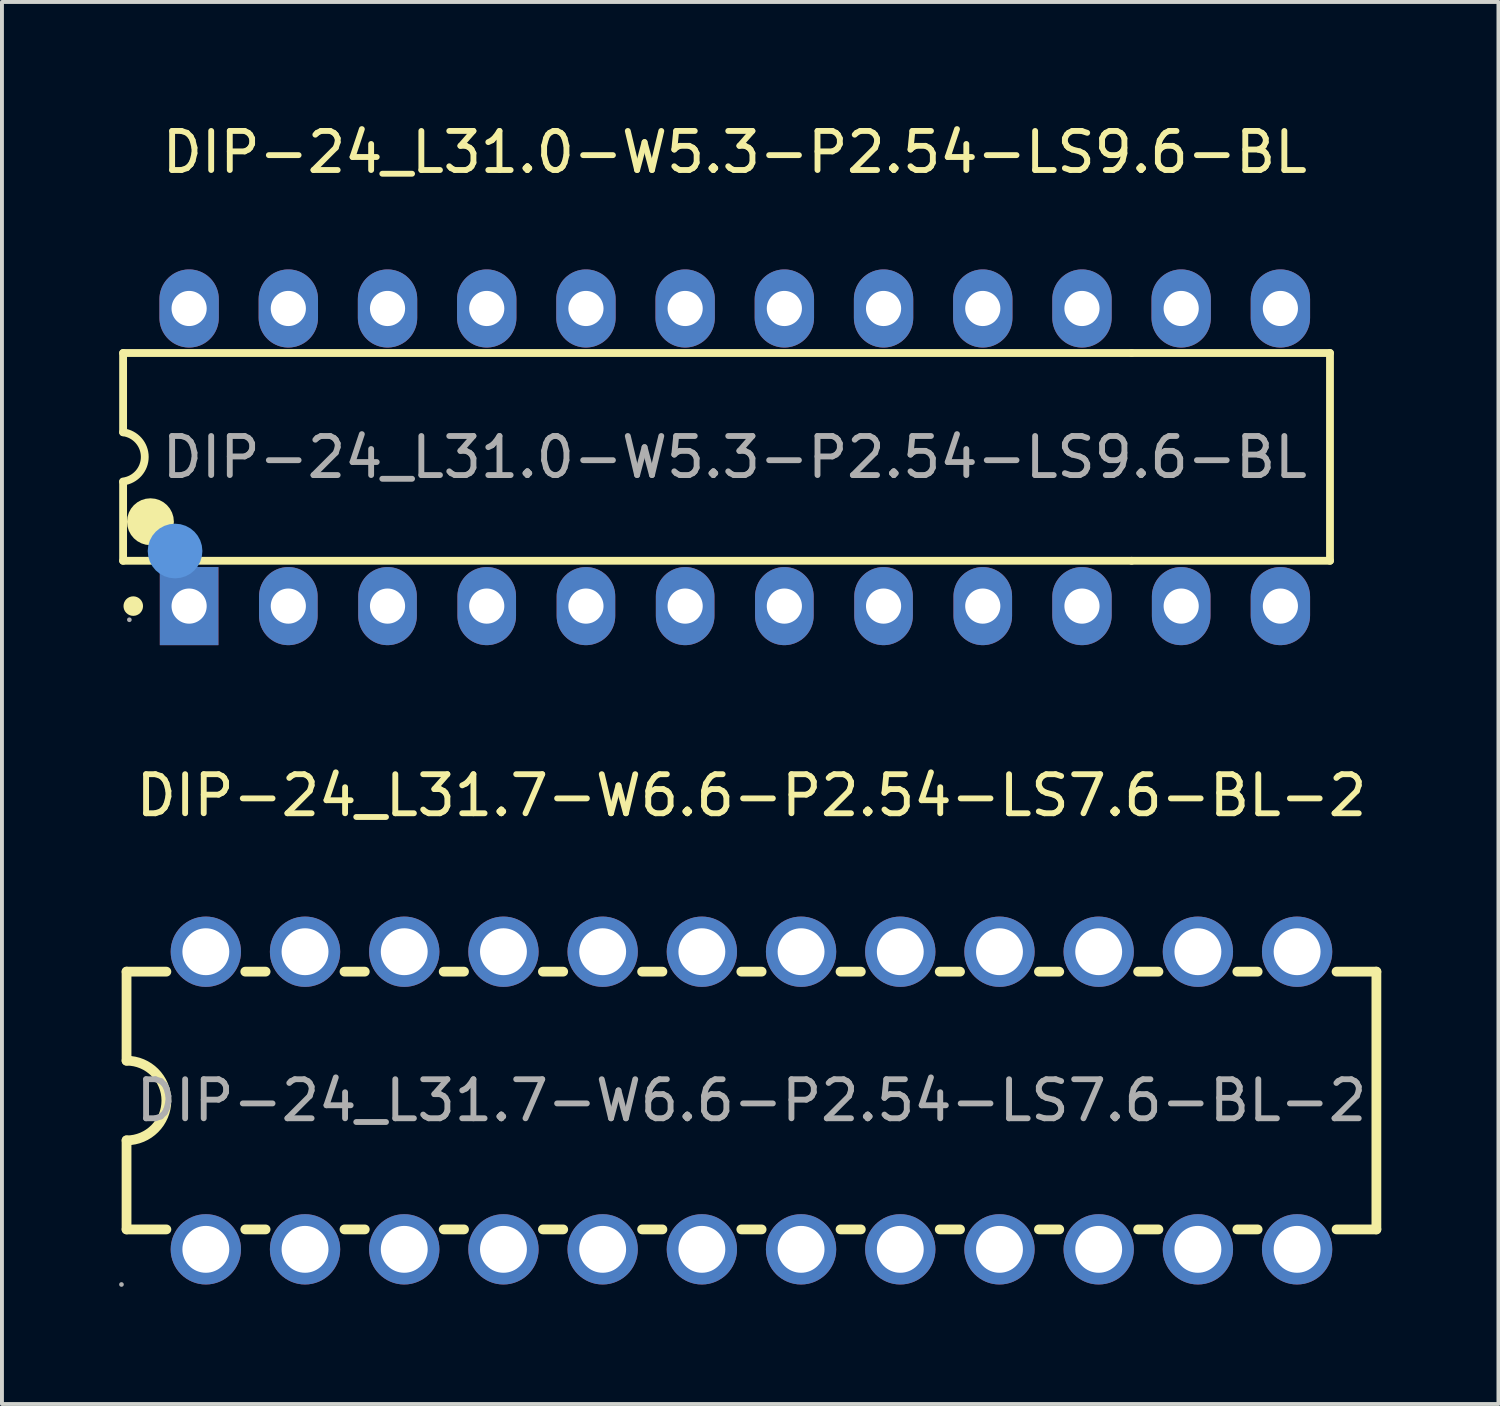
<source format=kicad_pcb>
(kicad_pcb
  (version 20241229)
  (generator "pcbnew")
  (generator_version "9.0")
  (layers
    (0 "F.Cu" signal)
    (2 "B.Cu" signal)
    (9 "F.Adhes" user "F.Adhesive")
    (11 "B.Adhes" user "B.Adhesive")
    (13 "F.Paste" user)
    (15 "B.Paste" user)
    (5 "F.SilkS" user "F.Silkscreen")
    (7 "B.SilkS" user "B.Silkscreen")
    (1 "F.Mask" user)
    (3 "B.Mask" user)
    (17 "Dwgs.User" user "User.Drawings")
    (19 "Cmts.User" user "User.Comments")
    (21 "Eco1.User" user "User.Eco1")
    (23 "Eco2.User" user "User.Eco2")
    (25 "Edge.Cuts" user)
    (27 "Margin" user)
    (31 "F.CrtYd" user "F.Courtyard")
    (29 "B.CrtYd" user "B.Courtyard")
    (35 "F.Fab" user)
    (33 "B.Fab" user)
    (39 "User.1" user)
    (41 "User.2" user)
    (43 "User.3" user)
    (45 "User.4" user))
  (footprint "DIP-24_L31.7-W6.6-P2.54-LS7.6-BL-2"
    (layer "F.Cu")
    (at 16.19 25.127)
    (property "Reference" "DIP-24_L31.7-W6.6-P2.54-LS7.6-BL-2" (at 0 -7.81 0) (layer "F.SilkS") (effects (font (size 1 1) (thickness 0.15))))
    (attr through_hole)
    (fp_line (start -16 -3.3) (end -16 -1.02) (stroke (width 0.25) (type solid)) (layer "F.SilkS"))
    (fp_line (start -16 -3.3) (end -14.98 -3.3) (stroke (width 0.25) (type solid)) (layer "F.SilkS"))
    (fp_line (start -16 3.3) (end -16 1.02) (stroke (width 0.25) (type solid)) (layer "F.SilkS"))
    (fp_line (start -14.98 3.3) (end -16 3.3) (stroke (width 0.25) (type solid)) (layer "F.SilkS"))
    (fp_line (start -12.96 -3.3) (end -12.44 -3.3) (stroke (width 0.25) (type solid)) (layer "F.SilkS"))
    (fp_line (start -12.44 3.3) (end -12.96 3.3) (stroke (width 0.25) (type solid)) (layer "F.SilkS"))
    (fp_line (start -10.42 -3.3) (end -9.9 -3.3) (stroke (width 0.25) (type solid)) (layer "F.SilkS"))
    (fp_line (start -9.9 3.3) (end -10.42 3.3) (stroke (width 0.25) (type solid)) (layer "F.SilkS"))
    (fp_line (start -7.88 -3.3) (end -7.36 -3.3) (stroke (width 0.25) (type solid)) (layer "F.SilkS"))
    (fp_line (start -7.36 3.3) (end -7.88 3.3) (stroke (width 0.25) (type solid)) (layer "F.SilkS"))
    (fp_line (start -5.34 -3.3) (end -4.82 -3.3) (stroke (width 0.25) (type solid)) (layer "F.SilkS"))
    (fp_line (start -4.82 3.3) (end -5.34 3.3) (stroke (width 0.25) (type solid)) (layer "F.SilkS"))
    (fp_line (start -2.8 -3.3) (end -2.28 -3.3) (stroke (width 0.25) (type solid)) (layer "F.SilkS"))
    (fp_line (start -2.28 3.3) (end -2.8 3.3) (stroke (width 0.25) (type solid)) (layer "F.SilkS"))
    (fp_line (start -0.26 -3.3) (end 0.26 -3.3) (stroke (width 0.25) (type solid)) (layer "F.SilkS"))
    (fp_line (start 0.26 3.3) (end -0.26 3.3) (stroke (width 0.25) (type solid)) (layer "F.SilkS"))
    (fp_line (start 2.28 -3.3) (end 2.8 -3.3) (stroke (width 0.25) (type solid)) (layer "F.SilkS"))
    (fp_line (start 2.8 3.3) (end 2.28 3.3) (stroke (width 0.25) (type solid)) (layer "F.SilkS"))
    (fp_line (start 4.82 -3.3) (end 5.34 -3.3) (stroke (width 0.25) (type solid)) (layer "F.SilkS"))
    (fp_line (start 5.34 3.3) (end 4.82 3.3) (stroke (width 0.25) (type solid)) (layer "F.SilkS"))
    (fp_line (start 7.36 -3.3) (end 7.88 -3.3) (stroke (width 0.25) (type solid)) (layer "F.SilkS"))
    (fp_line (start 7.88 3.3) (end 7.36 3.3) (stroke (width 0.25) (type solid)) (layer "F.SilkS"))
    (fp_line (start 9.9 -3.3) (end 10.42 -3.3) (stroke (width 0.25) (type solid)) (layer "F.SilkS"))
    (fp_line (start 10.42 3.3) (end 9.9 3.3) (stroke (width 0.25) (type solid)) (layer "F.SilkS"))
    (fp_line (start 12.44 -3.3) (end 12.96 -3.3) (stroke (width 0.25) (type solid)) (layer "F.SilkS"))
    (fp_line (start 12.96 3.3) (end 12.44 3.3) (stroke (width 0.25) (type solid)) (layer "F.SilkS"))
    (fp_line (start 14.98 -3.3) (end 16 -3.3) (stroke (width 0.25) (type solid)) (layer "F.SilkS"))
    (fp_line (start 16 -3.3) (end 16 3.3) (stroke (width 0.25) (type solid)) (layer "F.SilkS"))
    (fp_line (start 16 3.3) (end 14.98 3.3) (stroke (width 0.25) (type solid)) (layer "F.SilkS"))
    (fp_arc (start -16 -1.02) (mid -14.98 0) (end -16 1.02) (stroke (width 0.25) (type solid)) (layer "F.SilkS"))
    (fp_circle (center -16.13 4.71) (end -16.1 4.71) (stroke (width 0.06) (type solid)) (fill no) (layer "F.Fab"))
    (fp_circle (center -13.97 -3.81) (end -13.72 -3.81) (stroke (width 0.5) (type solid)) (fill no) (layer "F.Fab"))
    (fp_circle (center -13.97 3.81) (end -13.72 3.81) (stroke (width 0.5) (type solid)) (fill no) (layer "F.Fab"))
    (fp_circle (center -11.43 -3.81) (end -11.18 -3.81) (stroke (width 0.5) (type solid)) (fill no) (layer "F.Fab"))
    (fp_circle (center -11.43 3.81) (end -11.18 3.81) (stroke (width 0.5) (type solid)) (fill no) (layer "F.Fab"))
    (fp_circle (center -8.89 -3.81) (end -8.64 -3.81) (stroke (width 0.5) (type solid)) (fill no) (layer "F.Fab"))
    (fp_circle (center -8.89 3.81) (end -8.64 3.81) (stroke (width 0.5) (type solid)) (fill no) (layer "F.Fab"))
    (fp_circle (center -6.35 -3.81) (end -6.1 -3.81) (stroke (width 0.5) (type solid)) (fill no) (layer "F.Fab"))
    (fp_circle (center -6.35 3.81) (end -6.1 3.81) (stroke (width 0.5) (type solid)) (fill no) (layer "F.Fab"))
    (fp_circle (center -3.81 -3.81) (end -3.56 -3.81) (stroke (width 0.5) (type solid)) (fill no) (layer "F.Fab"))
    (fp_circle (center -3.81 3.81) (end -3.56 3.81) (stroke (width 0.5) (type solid)) (fill no) (layer "F.Fab"))
    (fp_circle (center -1.27 -3.81) (end -1.02 -3.81) (stroke (width 0.5) (type solid)) (fill no) (layer "F.Fab"))
    (fp_circle (center -1.27 3.81) (end -1.02 3.81) (stroke (width 0.5) (type solid)) (fill no) (layer "F.Fab"))
    (fp_circle (center 1.27 -3.81) (end 1.52 -3.81) (stroke (width 0.5) (type solid)) (fill no) (layer "F.Fab"))
    (fp_circle (center 1.27 3.81) (end 1.52 3.81) (stroke (width 0.5) (type solid)) (fill no) (layer "F.Fab"))
    (fp_circle (center 3.81 -3.81) (end 4.06 -3.81) (stroke (width 0.5) (type solid)) (fill no) (layer "F.Fab"))
    (fp_circle (center 3.81 3.81) (end 4.06 3.81) (stroke (width 0.5) (type solid)) (fill no) (layer "F.Fab"))
    (fp_circle (center 6.35 -3.81) (end 6.6 -3.81) (stroke (width 0.5) (type solid)) (fill no) (layer "F.Fab"))
    (fp_circle (center 6.35 3.81) (end 6.6 3.81) (stroke (width 0.5) (type solid)) (fill no) (layer "F.Fab"))
    (fp_circle (center 8.89 -3.81) (end 9.14 -3.81) (stroke (width 0.5) (type solid)) (fill no) (layer "F.Fab"))
    (fp_circle (center 8.89 3.81) (end 9.14 3.81) (stroke (width 0.5) (type solid)) (fill no) (layer "F.Fab"))
    (fp_circle (center 11.43 -3.81) (end 11.68 -3.81) (stroke (width 0.5) (type solid)) (fill no) (layer "F.Fab"))
    (fp_circle (center 11.43 3.81) (end 11.68 3.81) (stroke (width 0.5) (type solid)) (fill no) (layer "F.Fab"))
    (fp_circle (center 13.97 -3.81) (end 14.22 -3.81) (stroke (width 0.5) (type solid)) (fill no) (layer "F.Fab"))
    (fp_circle (center 13.97 3.81) (end 14.22 3.81) (stroke (width 0.5) (type solid)) (fill no) (layer "F.Fab"))
    (fp_text user "${REFERENCE}" (at 0 0 0) (layer "F.Fab") (effects (font (size 1 1) (thickness 0.15))))
    (pad "1" thru_hole circle (at -13.97 3.81 90) (size 1.8 1.8) (drill 1.2) (layers "*.Cu" "*.Paste" "*.Mask"))
    (pad "2" thru_hole circle (at -11.43 3.81 90) (size 1.8 1.8) (drill 1.2) (layers "*.Cu" "*.Paste" "*.Mask"))
    (pad "3" thru_hole circle (at -8.89 3.81 90) (size 1.8 1.8) (drill 1.2) (layers "*.Cu" "*.Paste" "*.Mask"))
    (pad "4" thru_hole circle (at -6.35 3.81 90) (size 1.8 1.8) (drill 1.2) (layers "*.Cu" "*.Paste" "*.Mask"))
    (pad "5" thru_hole circle (at -3.81 3.81 90) (size 1.8 1.8) (drill 1.2) (layers "*.Cu" "*.Paste" "*.Mask"))
    (pad "6" thru_hole circle (at -1.27 3.81 90) (size 1.8 1.8) (drill 1.2) (layers "*.Cu" "*.Paste" "*.Mask"))
    (pad "7" thru_hole circle (at 1.27 3.81 90) (size 1.8 1.8) (drill 1.2) (layers "*.Cu" "*.Paste" "*.Mask"))
    (pad "8" thru_hole circle (at 3.81 3.81 90) (size 1.8 1.8) (drill 1.2) (layers "*.Cu" "*.Paste" "*.Mask"))
    (pad "9" thru_hole circle (at 6.35 3.81 90) (size 1.8 1.8) (drill 1.2) (layers "*.Cu" "*.Paste" "*.Mask"))
    (pad "10" thru_hole circle (at 8.89 3.81 90) (size 1.8 1.8) (drill 1.2) (layers "*.Cu" "*.Paste" "*.Mask"))
    (pad "11" thru_hole circle (at 11.43 3.81 90) (size 1.8 1.8) (drill 1.2) (layers "*.Cu" "*.Paste" "*.Mask"))
    (pad "12" thru_hole circle (at 13.97 3.81 90) (size 1.8 1.8) (drill 1.2) (layers "*.Cu" "*.Paste" "*.Mask"))
    (pad "13" thru_hole circle (at 13.97 -3.81 90) (size 1.8 1.8) (drill 1.2) (layers "*.Cu" "*.Paste" "*.Mask"))
    (pad "14" thru_hole circle (at 11.43 -3.81 90) (size 1.8 1.8) (drill 1.2) (layers "*.Cu" "*.Paste" "*.Mask"))
    (pad "15" thru_hole circle (at 8.89 -3.81 90) (size 1.8 1.8) (drill 1.2) (layers "*.Cu" "*.Paste" "*.Mask"))
    (pad "16" thru_hole circle (at 6.35 -3.81 90) (size 1.8 1.8) (drill 1.2) (layers "*.Cu" "*.Paste" "*.Mask"))
    (pad "17" thru_hole circle (at 3.81 -3.81 90) (size 1.8 1.8) (drill 1.2) (layers "*.Cu" "*.Paste" "*.Mask"))
    (pad "18" thru_hole circle (at 1.27 -3.81 90) (size 1.8 1.8) (drill 1.2) (layers "*.Cu" "*.Paste" "*.Mask"))
    (pad "19" thru_hole circle (at -1.27 -3.81 90) (size 1.8 1.8) (drill 1.2) (layers "*.Cu" "*.Paste" "*.Mask"))
    (pad "20" thru_hole circle (at -3.81 -3.81 90) (size 1.8 1.8) (drill 1.2) (layers "*.Cu" "*.Paste" "*.Mask"))
    (pad "21" thru_hole circle (at -6.35 -3.81 90) (size 1.8 1.8) (drill 1.2) (layers "*.Cu" "*.Paste" "*.Mask"))
    (pad "22" thru_hole circle (at -8.89 -3.81 90) (size 1.8 1.8) (drill 1.2) (layers "*.Cu" "*.Paste" "*.Mask"))
    (pad "23" thru_hole circle (at -11.43 -3.81 90) (size 1.8 1.8) (drill 1.2) (layers "*.Cu" "*.Paste" "*.Mask"))
    (pad "24" thru_hole circle (at -13.97 -3.81 90) (size 1.8 1.8) (drill 1.2) (layers "*.Cu" "*.Paste" "*.Mask")))
  (footprint "DIP-24_L31.0-W5.3-P2.54-LS9.6-BL"
    (layer "F.Cu")
    (at 15.762 8.658)
    (property "Reference" "DIP-24_L31.0-W5.3-P2.54-LS9.6-BL" (at 0 -7.81 0) (layer "F.SilkS") (effects (font (size 1 1) (thickness 0.15))))
    (attr through_hole)
    (fp_line (start -15.66 -2.67) (end 10.16 -2.67) (stroke (width 0.2) (type solid)) (layer "F.SilkS"))
    (fp_line (start -15.66 -0.64) (end -15.66 -2.67) (stroke (width 0.2) (type solid)) (layer "F.SilkS"))
    (fp_line (start -15.66 2.65) (end -15.66 0.63) (stroke (width 0.2) (type solid)) (layer "F.SilkS"))
    (fp_line (start 10.16 -2.67) (end 15.24 -2.67) (stroke (width 0.2) (type solid)) (layer "F.SilkS"))
    (fp_line (start 10.16 2.65) (end -15.66 2.65) (stroke (width 0.2) (type solid)) (layer "F.SilkS"))
    (fp_line (start 15.24 -2.67) (end 15.24 2.65) (stroke (width 0.2) (type solid)) (layer "F.SilkS"))
    (fp_line (start 15.24 2.65) (end 10.16 2.65) (stroke (width 0.2) (type solid)) (layer "F.SilkS"))
    (fp_arc (start -15.66 -0.64) (mid -15.104941 -0.009203) (end -15.661582 0.620199) (stroke (width 0.2) (type solid)) (layer "F.SilkS"))
    (fp_arc (start -15.4 3.81) (mid -15.4 3.81) (end -15.4 3.81) (stroke (width 0.25) (type solid)) (layer "F.SilkS"))
    (fp_arc (start -14.96 1.65) (mid -14.96 1.65) (end -14.96 1.65) (stroke (width 0.6) (type solid)) (layer "F.SilkS"))
    (fp_circle (center -14.33 2.4) (end -13.98 2.4) (stroke (width 0.7) (type solid)) (fill no) (layer "Cmts.User"))
    (fp_circle (center -15.5 4.16) (end -15.47 4.16) (stroke (width 0.06) (type solid)) (fill no) (layer "F.Fab"))
    (fp_circle (center -13.97 -3.81) (end -13.79 -3.81) (stroke (width 0.35) (type solid)) (fill no) (layer "F.Fab"))
    (fp_circle (center -13.97 3.81) (end -13.79 3.81) (stroke (width 0.35) (type solid)) (fill no) (layer "F.Fab"))
    (fp_circle (center -11.43 -3.81) (end -11.25 -3.81) (stroke (width 0.35) (type solid)) (fill no) (layer "F.Fab"))
    (fp_circle (center -11.43 3.81) (end -11.25 3.81) (stroke (width 0.35) (type solid)) (fill no) (layer "F.Fab"))
    (fp_circle (center -8.89 -3.81) (end -8.71 -3.81) (stroke (width 0.35) (type solid)) (fill no) (layer "F.Fab"))
    (fp_circle (center -8.89 3.81) (end -8.71 3.81) (stroke (width 0.35) (type solid)) (fill no) (layer "F.Fab"))
    (fp_circle (center -6.35 -3.81) (end -6.17 -3.81) (stroke (width 0.35) (type solid)) (fill no) (layer "F.Fab"))
    (fp_circle (center -6.35 3.81) (end -6.17 3.81) (stroke (width 0.35) (type solid)) (fill no) (layer "F.Fab"))
    (fp_circle (center -3.81 -3.81) (end -3.63 -3.81) (stroke (width 0.35) (type solid)) (fill no) (layer "F.Fab"))
    (fp_circle (center -3.81 3.81) (end -3.63 3.81) (stroke (width 0.35) (type solid)) (fill no) (layer "F.Fab"))
    (fp_circle (center -1.27 -3.81) (end -1.09 -3.81) (stroke (width 0.35) (type solid)) (fill no) (layer "F.Fab"))
    (fp_circle (center -1.27 3.81) (end -1.09 3.81) (stroke (width 0.35) (type solid)) (fill no) (layer "F.Fab"))
    (fp_circle (center 1.27 -3.81) (end 1.45 -3.81) (stroke (width 0.35) (type solid)) (fill no) (layer "F.Fab"))
    (fp_circle (center 1.27 3.81) (end 1.45 3.81) (stroke (width 0.35) (type solid)) (fill no) (layer "F.Fab"))
    (fp_circle (center 3.81 -3.81) (end 3.99 -3.81) (stroke (width 0.35) (type solid)) (fill no) (layer "F.Fab"))
    (fp_circle (center 3.81 3.81) (end 3.99 3.81) (stroke (width 0.35) (type solid)) (fill no) (layer "F.Fab"))
    (fp_circle (center 6.35 -3.81) (end 6.53 -3.81) (stroke (width 0.35) (type solid)) (fill no) (layer "F.Fab"))
    (fp_circle (center 6.35 3.81) (end 6.53 3.81) (stroke (width 0.35) (type solid)) (fill no) (layer "F.Fab"))
    (fp_circle (center 8.89 -3.81) (end 9.07 -3.81) (stroke (width 0.35) (type solid)) (fill no) (layer "F.Fab"))
    (fp_circle (center 8.89 3.81) (end 9.07 3.81) (stroke (width 0.35) (type solid)) (fill no) (layer "F.Fab"))
    (fp_circle (center 11.43 -3.81) (end 11.61 -3.81) (stroke (width 0.35) (type solid)) (fill no) (layer "F.Fab"))
    (fp_circle (center 11.43 3.81) (end 11.61 3.81) (stroke (width 0.35) (type solid)) (fill no) (layer "F.Fab"))
    (fp_circle (center 13.97 -3.81) (end 14.15 -3.81) (stroke (width 0.35) (type solid)) (fill no) (layer "F.Fab"))
    (fp_circle (center 13.97 3.81) (end 14.15 3.81) (stroke (width 0.35) (type solid)) (fill no) (layer "F.Fab"))
    (fp_text user "${REFERENCE}" (at 0 0 0) (layer "F.Fab") (effects (font (size 1 1) (thickness 0.15))))
    (pad "1" thru_hole rect (at -13.97 3.81 90) (size 2 1.5) (drill 0.9) (layers "*.Cu" "*.Paste" "*.Mask"))
    (pad "2" thru_hole oval (at -11.43 3.81 90) (size 2 1.5) (drill 0.9) (layers "*.Cu" "*.Paste" "*.Mask"))
    (pad "3" thru_hole oval (at -8.89 3.81 90) (size 2 1.5) (drill 0.9) (layers "*.Cu" "*.Paste" "*.Mask"))
    (pad "4" thru_hole oval (at -6.35 3.81 90) (size 2 1.5) (drill 0.9) (layers "*.Cu" "*.Paste" "*.Mask"))
    (pad "5" thru_hole oval (at -3.81 3.81 90) (size 2 1.5) (drill 0.9) (layers "*.Cu" "*.Paste" "*.Mask"))
    (pad "6" thru_hole oval (at -1.27 3.81 90) (size 2 1.5) (drill 0.9) (layers "*.Cu" "*.Paste" "*.Mask"))
    (pad "7" thru_hole oval (at 1.27 3.81 90) (size 2 1.5) (drill 0.9) (layers "*.Cu" "*.Paste" "*.Mask"))
    (pad "8" thru_hole oval (at 3.81 3.81 90) (size 2 1.5) (drill 0.9) (layers "*.Cu" "*.Paste" "*.Mask"))
    (pad "9" thru_hole oval (at 6.35 3.81 90) (size 2 1.5) (drill 0.9) (layers "*.Cu" "*.Paste" "*.Mask"))
    (pad "10" thru_hole oval (at 8.89 3.81 90) (size 2 1.52) (drill 0.9) (layers "*.Cu" "*.Paste" "*.Mask"))
    (pad "11" thru_hole oval (at 11.43 3.81 90) (size 2 1.5) (drill 0.9) (layers "*.Cu" "*.Paste" "*.Mask"))
    (pad "12" thru_hole oval (at 13.97 3.81 90) (size 2 1.52) (drill 0.9) (layers "*.Cu" "*.Paste" "*.Mask"))
    (pad "13" thru_hole oval (at 13.97 -3.81 90) (size 2 1.52) (drill 0.9) (layers "*.Cu" "*.Paste" "*.Mask"))
    (pad "14" thru_hole oval (at 11.43 -3.81 90) (size 2 1.52) (drill 0.9) (layers "*.Cu" "*.Paste" "*.Mask"))
    (pad "15" thru_hole oval (at 8.89 -3.81 90) (size 2 1.52) (drill 0.9) (layers "*.Cu" "*.Paste" "*.Mask"))
    (pad "16" thru_hole oval (at 6.35 -3.81 90) (size 2 1.52) (drill 0.9) (layers "*.Cu" "*.Paste" "*.Mask"))
    (pad "17" thru_hole oval (at 3.81 -3.81 90) (size 2 1.52) (drill 0.9) (layers "*.Cu" "*.Paste" "*.Mask"))
    (pad "18" thru_hole oval (at 1.27 -3.81 90) (size 2 1.52) (drill 0.9) (layers "*.Cu" "*.Paste" "*.Mask"))
    (pad "19" thru_hole oval (at -1.27 -3.81 90) (size 2 1.52) (drill 0.9) (layers "*.Cu" "*.Paste" "*.Mask"))
    (pad "20" thru_hole oval (at -3.81 -3.81 90) (size 2 1.52) (drill 0.9) (layers "*.Cu" "*.Paste" "*.Mask"))
    (pad "21" thru_hole oval (at -6.35 -3.81 90) (size 2 1.52) (drill 0.9) (layers "*.Cu" "*.Paste" "*.Mask"))
    (pad "22" thru_hole oval (at -8.89 -3.81 90) (size 2 1.52) (drill 0.9) (layers "*.Cu" "*.Paste" "*.Mask"))
    (pad "23" thru_hole oval (at -11.43 -3.81 90) (size 2 1.52) (drill 0.9) (layers "*.Cu" "*.Paste" "*.Mask"))
    (pad "24" thru_hole oval (at -13.97 -3.81 90) (size 2 1.52) (drill 0.9) (layers "*.Cu" "*.Paste" "*.Mask")))
  (gr_rect
    (start -3 -3)
    (end 35.315 32.897)
    (stroke (width 0.1) (type default))
    (fill no)
    (layer "Edge.Cuts")))
</source>
